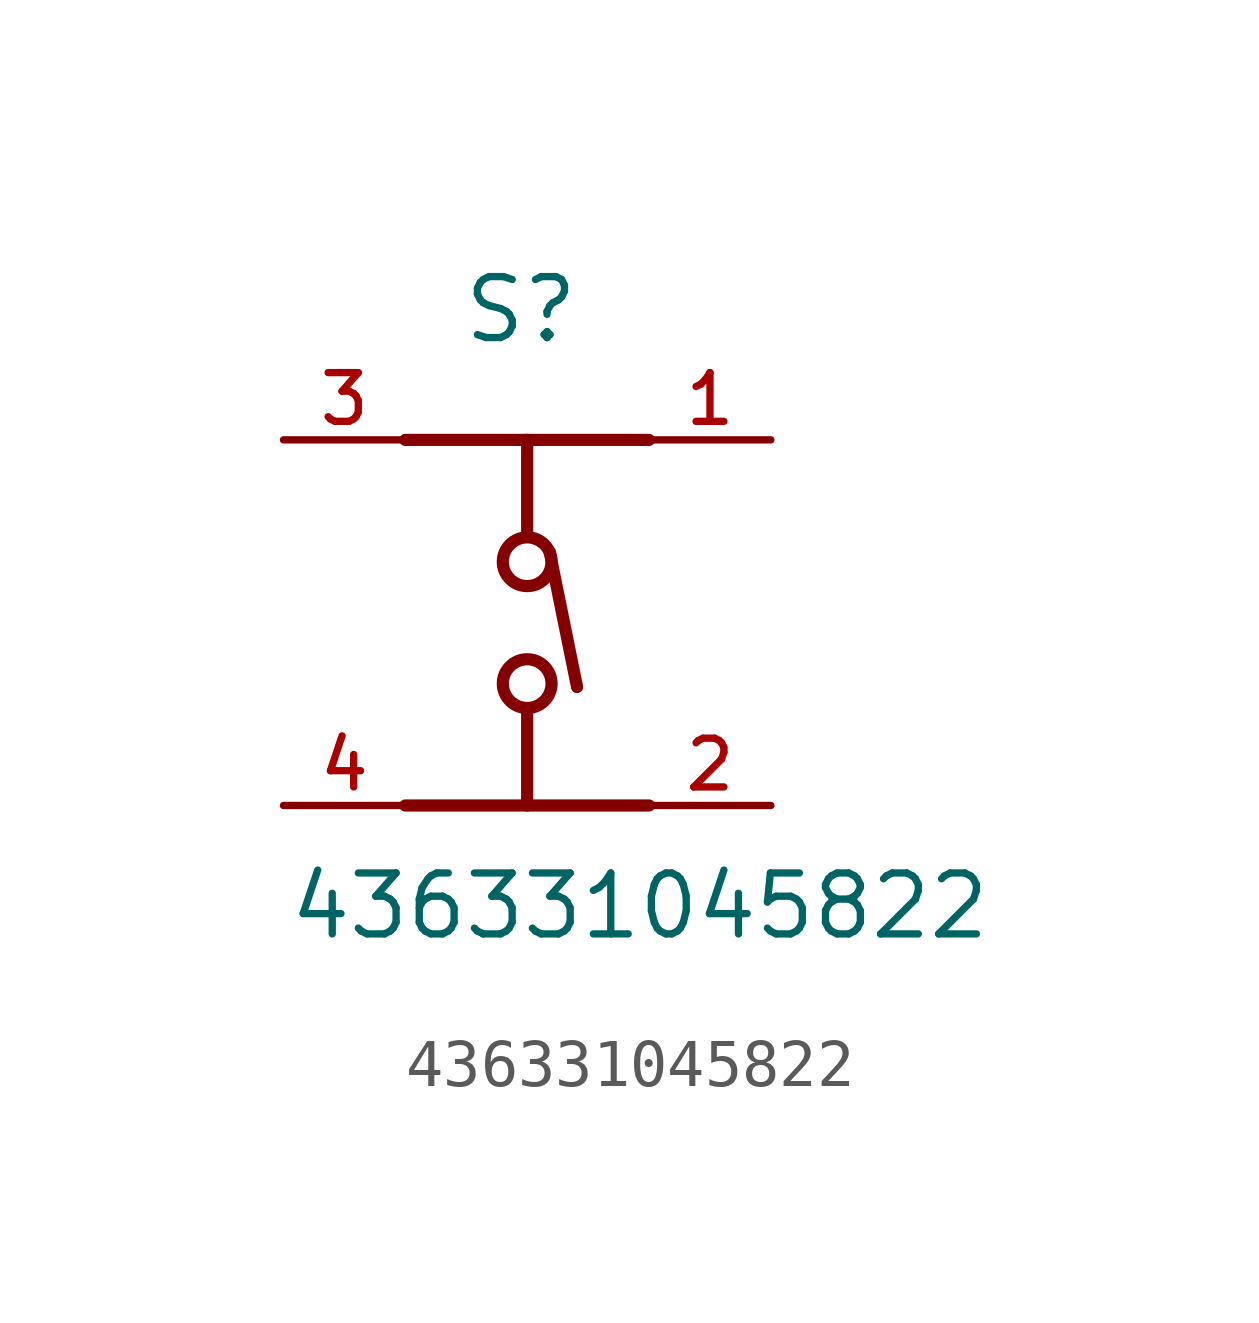
<source format=kicad_sym>
(kicad_symbol_lib
  (version 20211014)
  (generator kicad_symbol_editor)
  (symbol "436331045822"
    (pin_names
      (offset 1.016))
    (property "Reference" "S"
      (at -0.13 7.05 0)
      (effects (font (size 1.27 1.27)) (justify bottom)))
    (property "Value" "436331045822"
      (at -5.01 -5.38 0)
      (effects (font (size 1.27 1.27)) (justify bottom left)))
    (symbol "436331045822_0_0"
      (polyline (pts (xy 2.54 -2.54) (xy -2.54 -2.54)) (stroke (width 0.254)))
      (polyline (pts (xy 2.54 5.08) (xy -2.54 5.08)) (stroke (width 0.254)))
      (polyline (pts (xy 0.0 -2.54) (xy 0.0 -0.635)) (stroke (width 0.254)))
      (polyline (pts (xy 0.0 3.175) (xy 0.0 5.08)) (stroke (width 0.254)))
      (polyline (pts (xy 0.47 2.74) (xy 1.04 -0.07)) (stroke (width 0.254)))
      (circle (center 0.0 2.54) (radius 0.508) (stroke (width 0.254)) (fill (type none)))
      (circle (center 0.0 0.0) (radius 0.508) (stroke (width 0.254)) (fill (type none)))
      (pin passive line (at 5.08 -2.54 180.0) (length 2.54) (name "~" (effects (font (size 1.016 1.016)))) (number "2" (effects (font (size 1.016 1.016)))))
      (pin passive line (at 5.08 5.08 180.0) (length 2.54) (name "~" (effects (font (size 1.016 1.016)))) (number "1" (effects (font (size 1.016 1.016)))))
      (pin passive line (at -5.08 -2.54 0) (length 2.54) (name "~" (effects (font (size 1.016 1.016)))) (number "4" (effects (font (size 1.016 1.016)))))
      (pin passive line (at -5.08 5.08 0) (length 2.54) (name "~" (effects (font (size 1.016 1.016)))) (number "3" (effects (font (size 1.016 1.016))))))))
</source>
